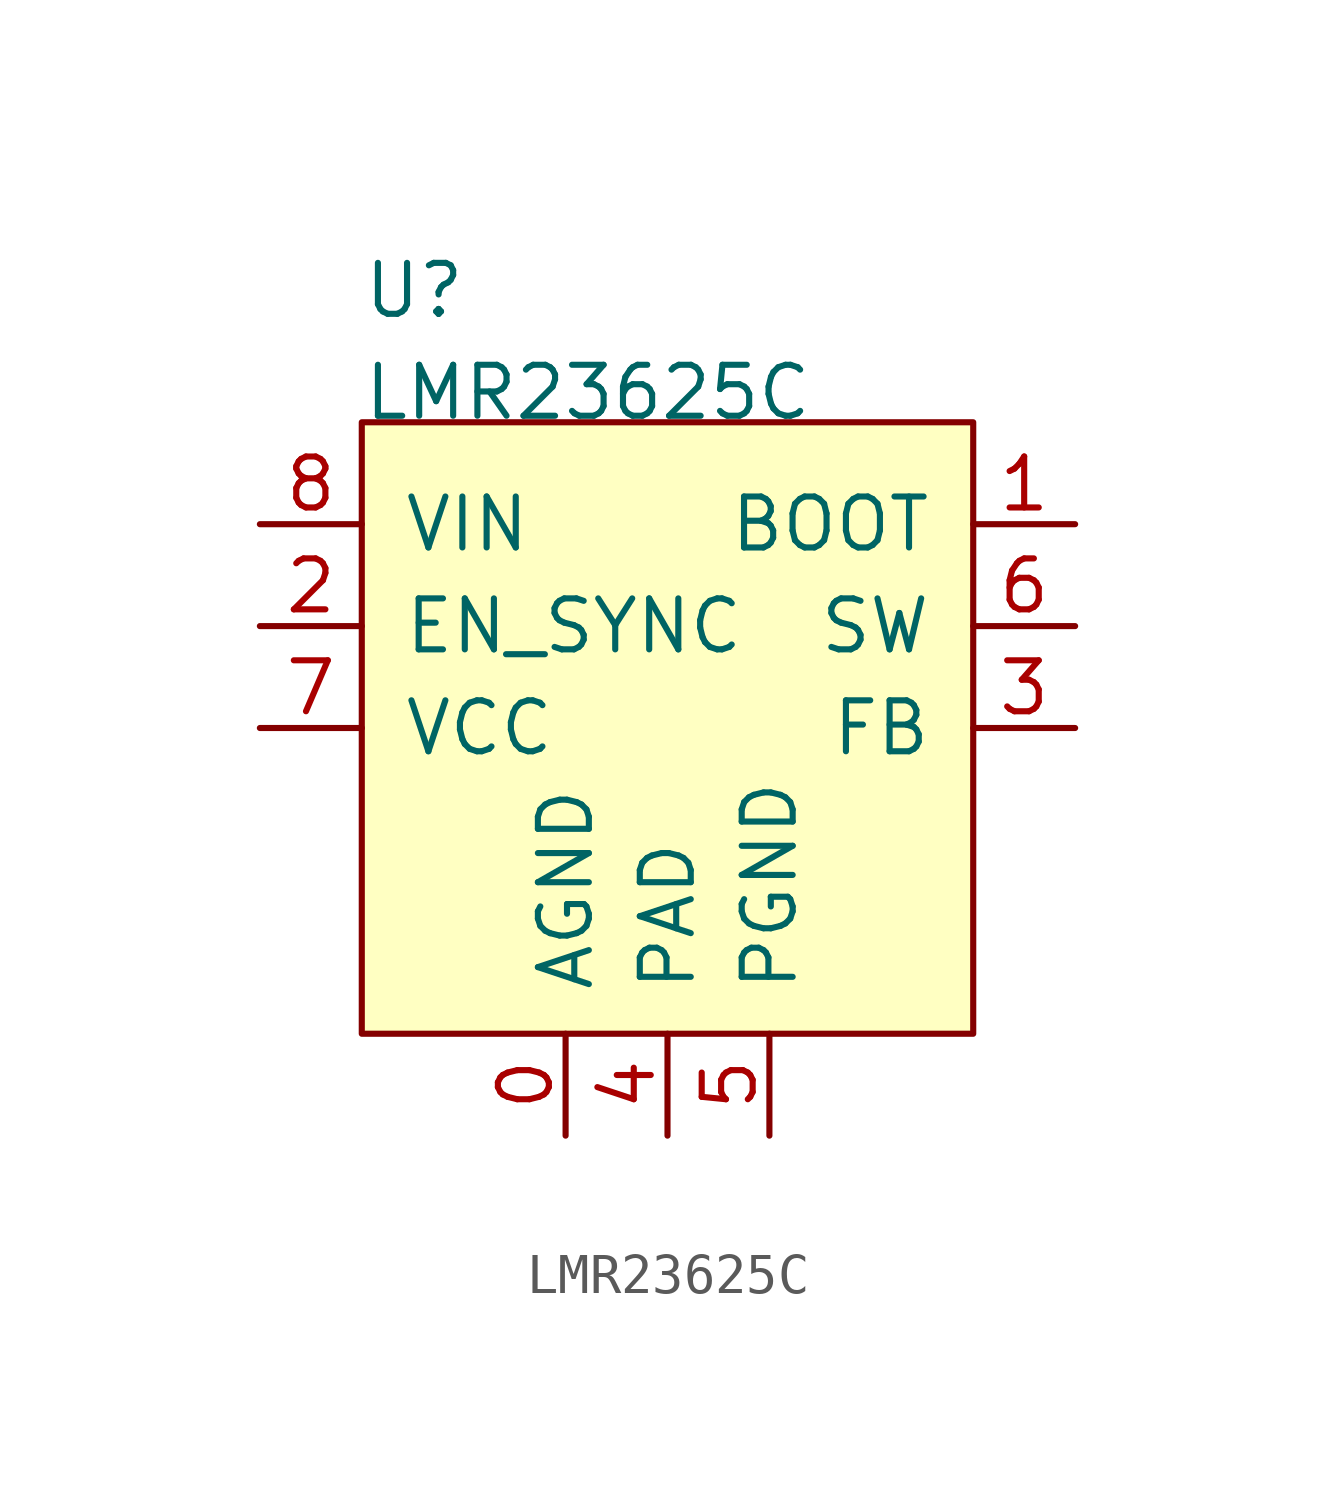
<source format=kicad_sym>
(kicad_symbol_lib
  (version 20231120)
  (generator "kicad_symbol_editor")
  (generator_version "8.0")
  (symbol "LMR23625C"
    (pin_names
      (offset 1.016))
    (property "Reference" "U"
      (at -7.62 10.16 0)
      (effects (font (size 1.27 1.27)) (justify left bottom)))
    (property "Value" "LMR23625C"
      (at -7.62 7.62 0)
      (effects (font (size 1.27 1.27)) (justify left bottom)))
    (symbol "LMR23625C_0_1"
      (rectangle (start -7.62 7.62) (end 7.62 -7.62) (stroke (width 0) (type default)) (fill (type background))))
    (symbol "LMR23625C_1_1"
      (pin passive line (at -2.54 -10.16 90) (length 2.54) (name "AGND" (effects (font (size 1.27 1.27)))) (number "0" (effects (font (size 1.27 1.27)))))
      (pin passive line (at 10.16 5.08 180) (length 2.54) (name "BOOT" (effects (font (size 1.27 1.27)))) (number "1" (effects (font (size 1.27 1.27)))))
      (pin passive line (at -10.16 2.54 0) (length 2.54) (name "EN_SYNC" (effects (font (size 1.27 1.27)))) (number "2" (effects (font (size 1.27 1.27)))))
      (pin passive line (at 10.16 0 180) (length 2.54) (name "FB" (effects (font (size 1.27 1.27)))) (number "3" (effects (font (size 1.27 1.27)))))
      (pin passive line (at 0 -10.16 90) (length 2.54) (name "PAD" (effects (font (size 1.27 1.27)))) (number "4" (effects (font (size 1.27 1.27)))))
      (pin passive line (at 2.54 -10.16 90) (length 2.54) (name "PGND" (effects (font (size 1.27 1.27)))) (number "5" (effects (font (size 1.27 1.27)))))
      (pin passive line (at 10.16 2.54 180) (length 2.54) (name "SW" (effects (font (size 1.27 1.27)))) (number "6" (effects (font (size 1.27 1.27)))))
      (pin passive line (at -10.16 0 0) (length 2.54) (name "VCC" (effects (font (size 1.27 1.27)))) (number "7" (effects (font (size 1.27 1.27)))))
      (pin passive line (at -10.16 5.08 0) (length 2.54) (name "VIN" (effects (font (size 1.27 1.27)))) (number "8" (effects (font (size 1.27 1.27))))))))
</source>
